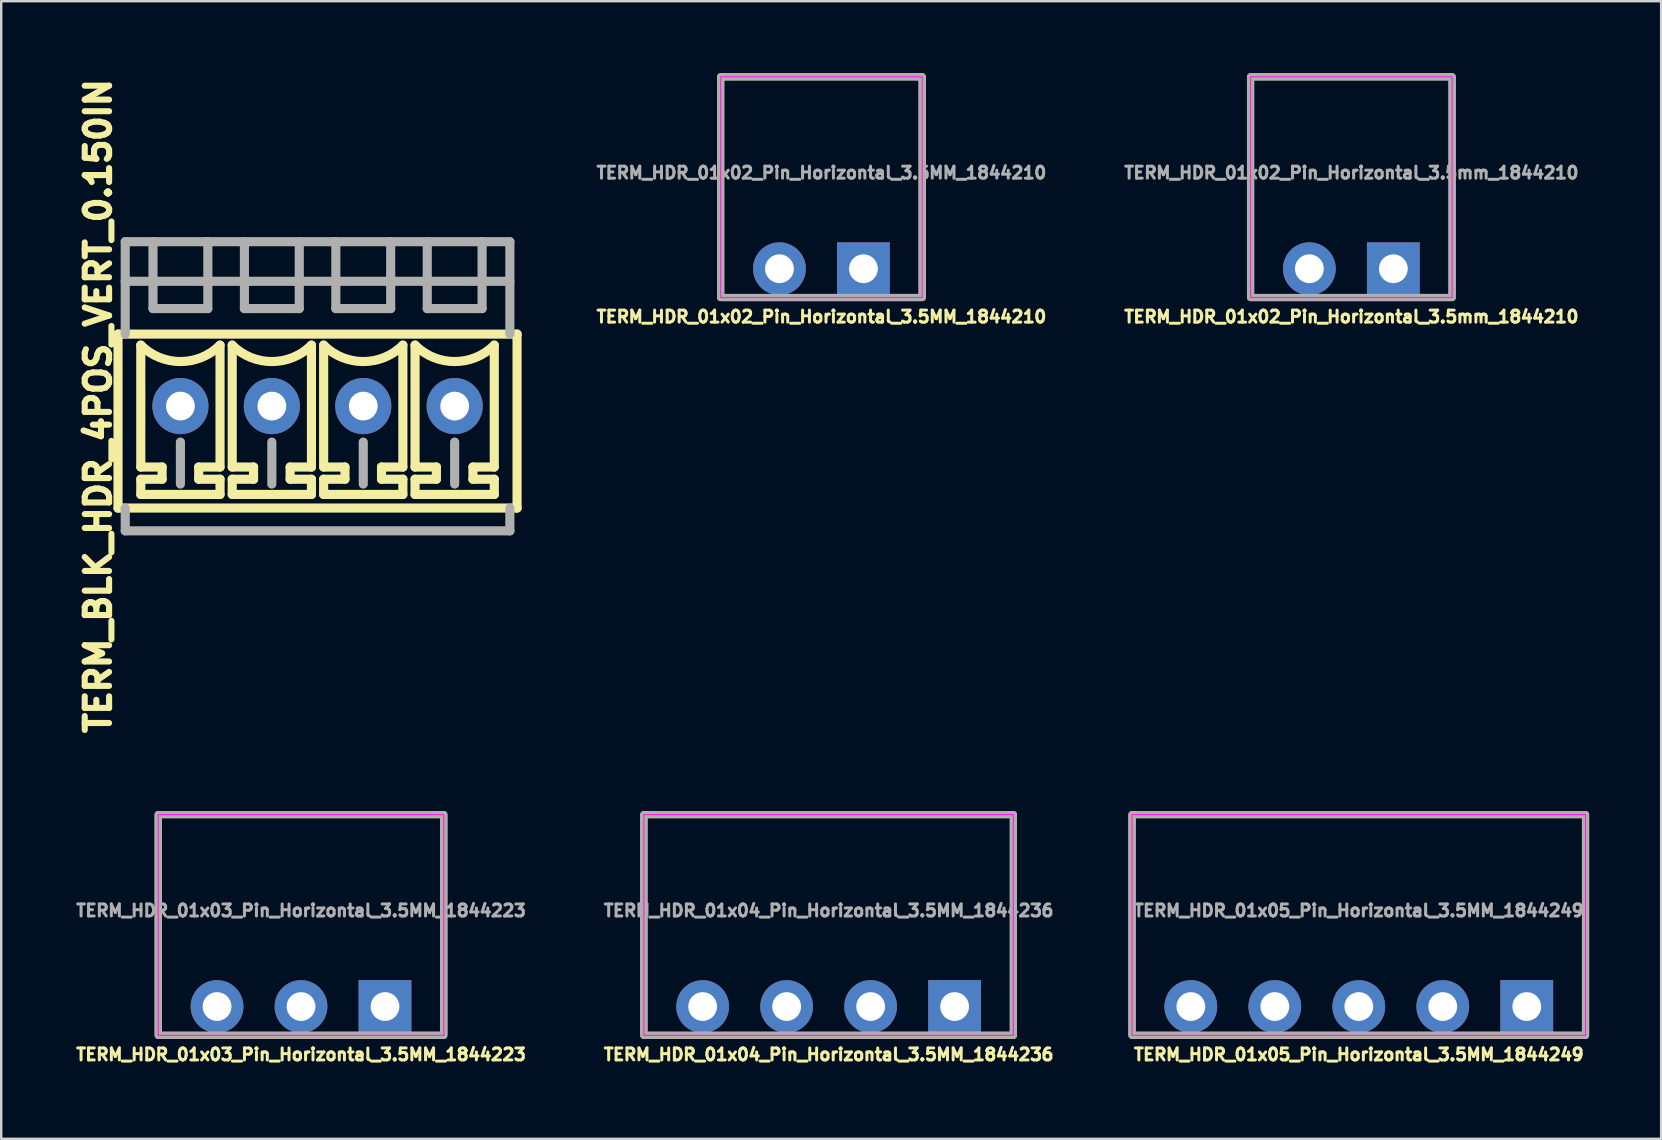
<source format=kicad_pcb>
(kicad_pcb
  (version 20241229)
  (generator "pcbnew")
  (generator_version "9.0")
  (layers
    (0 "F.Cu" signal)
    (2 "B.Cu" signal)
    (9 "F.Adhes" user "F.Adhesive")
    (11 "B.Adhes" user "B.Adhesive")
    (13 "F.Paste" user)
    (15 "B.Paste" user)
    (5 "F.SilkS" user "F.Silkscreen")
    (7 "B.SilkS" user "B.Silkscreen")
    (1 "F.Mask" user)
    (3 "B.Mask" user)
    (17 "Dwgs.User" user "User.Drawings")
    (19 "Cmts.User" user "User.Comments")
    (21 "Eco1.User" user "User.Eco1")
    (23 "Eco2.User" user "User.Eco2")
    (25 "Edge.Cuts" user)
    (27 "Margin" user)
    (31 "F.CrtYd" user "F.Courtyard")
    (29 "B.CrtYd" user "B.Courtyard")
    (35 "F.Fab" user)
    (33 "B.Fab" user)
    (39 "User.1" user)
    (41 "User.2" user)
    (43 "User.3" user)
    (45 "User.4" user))
  (footprint "TERM_BLK_HDR_4POS_VERT_0.150IN"
    (layer "F.Cu")
    (at 10.184 13.874)
    (property "Reference" "TERM_BLK_HDR_4POS_VERT_0.150IN" (at -9.144 0 90) (layer "F.SilkS") (effects (font (size 1.016 1.016) (thickness 0.254))))
    (attr through_hole)
    (fp_line (start -8.315 -3) (end -8.315 4.25) (stroke (width 0.381) (type solid)) (layer "F.SilkS"))
    (fp_line (start -7.366 -2.54) (end -7.366 2.54) (stroke (width 0.381) (type solid)) (layer "F.SilkS"))
    (fp_line (start -7.366 2.54) (end -6.477 2.54) (stroke (width 0.381) (type solid)) (layer "F.SilkS"))
    (fp_line (start -7.366 3.048) (end -7.366 3.683) (stroke (width 0.381) (type solid)) (layer "F.SilkS"))
    (fp_line (start -7.366 3.683) (end -4.064 3.683) (stroke (width 0.381) (type solid)) (layer "F.SilkS"))
    (fp_line (start -6.477 2.54) (end -6.477 3.048) (stroke (width 0.381) (type solid)) (layer "F.SilkS"))
    (fp_line (start -6.477 3.048) (end -7.366 3.048) (stroke (width 0.381) (type solid)) (layer "F.SilkS"))
    (fp_line (start -4.953 2.54) (end -4.064 2.54) (stroke (width 0.381) (type solid)) (layer "F.SilkS"))
    (fp_line (start -4.953 3.048) (end -4.953 2.54) (stroke (width 0.381) (type solid)) (layer "F.SilkS"))
    (fp_line (start -4.064 -2.54) (end -4.064 2.54) (stroke (width 0.381) (type solid)) (layer "F.SilkS"))
    (fp_line (start -4.064 3.048) (end -4.953 3.048) (stroke (width 0.381) (type solid)) (layer "F.SilkS"))
    (fp_line (start -4.064 3.683) (end -4.064 3.048) (stroke (width 0.381) (type solid)) (layer "F.SilkS"))
    (fp_line (start -3.556 -2.54) (end -3.556 2.54) (stroke (width 0.381) (type solid)) (layer "F.SilkS"))
    (fp_line (start -3.556 2.54) (end -2.667 2.54) (stroke (width 0.381) (type solid)) (layer "F.SilkS"))
    (fp_line (start -3.556 3.048) (end -3.556 3.683) (stroke (width 0.381) (type solid)) (layer "F.SilkS"))
    (fp_line (start -3.556 3.683) (end -0.254 3.683) (stroke (width 0.381) (type solid)) (layer "F.SilkS"))
    (fp_line (start -2.667 2.54) (end -2.667 3.048) (stroke (width 0.381) (type solid)) (layer "F.SilkS"))
    (fp_line (start -2.667 3.048) (end -3.556 3.048) (stroke (width 0.381) (type solid)) (layer "F.SilkS"))
    (fp_line (start -1.143 2.54) (end -0.254 2.54) (stroke (width 0.381) (type solid)) (layer "F.SilkS"))
    (fp_line (start -1.143 3.048) (end -1.143 2.54) (stroke (width 0.381) (type solid)) (layer "F.SilkS"))
    (fp_line (start -0.254 -2.54) (end -0.254 2.54) (stroke (width 0.381) (type solid)) (layer "F.SilkS"))
    (fp_line (start -0.254 3.048) (end -1.143 3.048) (stroke (width 0.381) (type solid)) (layer "F.SilkS"))
    (fp_line (start -0.254 3.683) (end -0.254 3.048) (stroke (width 0.381) (type solid)) (layer "F.SilkS"))
    (fp_line (start 0.254 -2.54) (end 0.254 2.54) (stroke (width 0.381) (type solid)) (layer "F.SilkS"))
    (fp_line (start 0.254 2.54) (end 1.143 2.54) (stroke (width 0.381) (type solid)) (layer "F.SilkS"))
    (fp_line (start 0.254 3.048) (end 0.254 3.683) (stroke (width 0.381) (type solid)) (layer "F.SilkS"))
    (fp_line (start 0.254 3.683) (end 3.556 3.683) (stroke (width 0.381) (type solid)) (layer "F.SilkS"))
    (fp_line (start 1.143 2.54) (end 1.143 3.048) (stroke (width 0.381) (type solid)) (layer "F.SilkS"))
    (fp_line (start 1.143 3.048) (end 0.254 3.048) (stroke (width 0.381) (type solid)) (layer "F.SilkS"))
    (fp_line (start 2.667 2.54) (end 3.556 2.54) (stroke (width 0.381) (type solid)) (layer "F.SilkS"))
    (fp_line (start 2.667 3.048) (end 2.667 2.54) (stroke (width 0.381) (type solid)) (layer "F.SilkS"))
    (fp_line (start 3.556 -2.54) (end 3.556 2.54) (stroke (width 0.381) (type solid)) (layer "F.SilkS"))
    (fp_line (start 3.556 3.048) (end 2.667 3.048) (stroke (width 0.381) (type solid)) (layer "F.SilkS"))
    (fp_line (start 3.556 3.683) (end 3.556 3.048) (stroke (width 0.381) (type solid)) (layer "F.SilkS"))
    (fp_line (start 4.064 -2.54) (end 4.064 2.54) (stroke (width 0.381) (type solid)) (layer "F.SilkS"))
    (fp_line (start 4.064 2.54) (end 4.953 2.54) (stroke (width 0.381) (type solid)) (layer "F.SilkS"))
    (fp_line (start 4.064 3.048) (end 4.064 3.683) (stroke (width 0.381) (type solid)) (layer "F.SilkS"))
    (fp_line (start 4.064 3.683) (end 7.366 3.683) (stroke (width 0.381) (type solid)) (layer "F.SilkS"))
    (fp_line (start 4.953 2.54) (end 4.953 3.048) (stroke (width 0.381) (type solid)) (layer "F.SilkS"))
    (fp_line (start 4.953 3.048) (end 4.064 3.048) (stroke (width 0.381) (type solid)) (layer "F.SilkS"))
    (fp_line (start 6.477 2.54) (end 7.366 2.54) (stroke (width 0.381) (type solid)) (layer "F.SilkS"))
    (fp_line (start 6.477 3.048) (end 6.477 2.54) (stroke (width 0.381) (type solid)) (layer "F.SilkS"))
    (fp_line (start 7.366 -2.54) (end 7.366 2.54) (stroke (width 0.381) (type solid)) (layer "F.SilkS"))
    (fp_line (start 7.366 3.048) (end 6.477 3.048) (stroke (width 0.381) (type solid)) (layer "F.SilkS"))
    (fp_line (start 7.366 3.683) (end 7.366 3.048) (stroke (width 0.381) (type solid)) (layer "F.SilkS"))
    (fp_line (start 8.315 -3) (end -8.315 -3) (stroke (width 0.381) (type solid)) (layer "F.SilkS"))
    (fp_line (start 8.315 -3) (end 8.315 4.25) (stroke (width 0.381) (type solid)) (layer "F.SilkS"))
    (fp_line (start 8.315 4.25) (end -8.315 4.25) (stroke (width 0.381) (type solid)) (layer "F.SilkS"))
    (fp_arc (start -4.064 -2.54) (mid -5.715 -1.856133) (end -7.366 -2.54) (stroke (width 0.381) (type solid)) (layer "F.SilkS"))
    (fp_arc (start -0.254 -2.54) (mid -1.905 -1.856133) (end -3.556 -2.54) (stroke (width 0.381) (type solid)) (layer "F.SilkS"))
    (fp_arc (start 3.556 -2.54) (mid 1.905 -1.856133) (end 0.254 -2.54) (stroke (width 0.381) (type solid)) (layer "F.SilkS"))
    (fp_arc (start 7.366 -2.54) (mid 5.715 -1.856133) (end 4.064 -2.54) (stroke (width 0.381) (type solid)) (layer "F.SilkS"))
    (fp_line (start -8.015 -6.85) (end 8.015 -6.85) (stroke (width 0.381) (type solid)) (layer "F.Fab"))
    (fp_line (start -8.015 -5.2) (end 8.015 -5.2) (stroke (width 0.381) (type solid)) (layer "F.Fab"))
    (fp_line (start -8.015 -3) (end -8.015 -6.85) (stroke (width 0.381) (type solid)) (layer "F.Fab"))
    (fp_line (start -8.015 4.25) (end -8.015 5.2) (stroke (width 0.381) (type solid)) (layer "F.Fab"))
    (fp_line (start -8.015 5.2) (end 8.015 5.2) (stroke (width 0.381) (type solid)) (layer "F.Fab"))
    (fp_line (start -6.858 -6.858) (end -6.858 -4.064) (stroke (width 0.381) (type solid)) (layer "F.Fab"))
    (fp_line (start -6.858 -4.064) (end -4.572 -4.064) (stroke (width 0.381) (type solid)) (layer "F.Fab"))
    (fp_line (start -5.715 1.5) (end -5.715 3.25) (stroke (width 0.381) (type solid)) (layer "F.Fab"))
    (fp_line (start -4.572 -4.064) (end -4.572 -6.858) (stroke (width 0.381) (type solid)) (layer "F.Fab"))
    (fp_line (start -3.048 -6.858) (end -3.048 -4.064) (stroke (width 0.381) (type solid)) (layer "F.Fab"))
    (fp_line (start -3.048 -4.064) (end -0.762 -4.064) (stroke (width 0.381) (type solid)) (layer "F.Fab"))
    (fp_line (start -1.905 1.5) (end -1.905 3.25) (stroke (width 0.381) (type solid)) (layer "F.Fab"))
    (fp_line (start -0.762 -4.064) (end -0.762 -6.858) (stroke (width 0.381) (type solid)) (layer "F.Fab"))
    (fp_line (start 0.762 -6.858) (end 0.762 -4.064) (stroke (width 0.381) (type solid)) (layer "F.Fab"))
    (fp_line (start 0.762 -4.064) (end 3.048 -4.064) (stroke (width 0.381) (type solid)) (layer "F.Fab"))
    (fp_line (start 1.905 1.5) (end 1.905 3.25) (stroke (width 0.381) (type solid)) (layer "F.Fab"))
    (fp_line (start 3.048 -4.064) (end 3.048 -6.858) (stroke (width 0.381) (type solid)) (layer "F.Fab"))
    (fp_line (start 4.572 -6.858) (end 4.572 -4.064) (stroke (width 0.381) (type solid)) (layer "F.Fab"))
    (fp_line (start 4.572 -4.064) (end 6.858 -4.064) (stroke (width 0.381) (type solid)) (layer "F.Fab"))
    (fp_line (start 5.715 1.5) (end 5.715 3.25) (stroke (width 0.381) (type solid)) (layer "F.Fab"))
    (fp_line (start 6.858 -4.064) (end 6.858 -6.858) (stroke (width 0.381) (type solid)) (layer "F.Fab"))
    (fp_line (start 8.015 -6.85) (end 8.015 -3) (stroke (width 0.381) (type solid)) (layer "F.Fab"))
    (fp_line (start 8.015 5.2) (end 8.015 4.25) (stroke (width 0.381) (type solid)) (layer "F.Fab"))
    (pad "1" thru_hole circle (at 5.715 0) (size 2.34 2.34) (drill 1.2) (layers "*.Cu" "*.Mask"))
    (pad "2" thru_hole circle (at 1.905 0) (size 2.34 2.34) (drill 1.2) (layers "*.Cu" "*.Mask"))
    (pad "3" thru_hole circle (at -1.905 0) (size 2.34 2.34) (drill 1.2) (layers "*.Cu" "*.Mask"))
    (pad "4" thru_hole circle (at -5.715 0) (size 2.34 2.34) (drill 1.2) (layers "*.Cu" "*.Mask")))
  (footprint "TERM_HDR_01x04_Pin_Horizontal_3.5MM_1844236"
    (layer "F.Cu")
    (at 31.484 38.899)
    (property "Reference" "TERM_HDR_01x04_Pin_Horizontal_3.5MM_1844236" (at 0 2 0) (layer "F.SilkS") (effects (font (size 0.5 0.5) (thickness 0.125) (bold yes))))
    (attr through_hole)
    (fp_rect (start -7.7 -8) (end 7.7 1.2) (stroke (width 0.3) (type default)) (fill no) (layer "F.SilkS"))
    (fp_rect (start -7.7 -8) (end 7.7 1.2) (stroke (width 0.05) (type default)) (fill no) (layer "F.CrtYd"))
    (fp_rect (start -7.7 -8) (end 7.7 1.2) (stroke (width 0.3) (type default)) (fill no) (layer "F.Fab"))
    (fp_text user "${REFERENCE}" (at 0 -4 0) (layer "F.Fab") (effects (font (size 0.5 0.5) (thickness 0.125) (bold yes))))
    (pad "1" thru_hole rect (at 5.25 0) (size 2.2 2.2) (drill 1.2) (layers "*.Cu" "*.Mask"))
    (pad "2" thru_hole circle (at 1.75 0) (size 2.2 2.2) (drill 1.2) (layers "*.Cu" "*.Mask"))
    (pad "3" thru_hole circle (at -1.75 0) (size 2.2 2.2) (drill 1.2) (layers "*.Cu" "*.Mask"))
    (pad "4" thru_hole circle (at -5.25 0) (size 2.2 2.2) (drill 1.2) (layers "*.Cu" "*.Mask")))
  (footprint "TERM_HDR_01x05_Pin_Horizontal_3.5MM_1844249"
    (layer "F.Cu")
    (at 53.579 38.899)
    (property "Reference" "TERM_HDR_01x05_Pin_Horizontal_3.5MM_1844249" (at 0 2 0) (layer "F.SilkS") (effects (font (size 0.5 0.5) (thickness 0.125) (bold yes))))
    (attr through_hole)
    (fp_rect (start -9.45 -8) (end 9.45 1.2) (stroke (width 0.3) (type default)) (fill no) (layer "F.SilkS"))
    (fp_rect (start -9.45 -8) (end 9.45 1.2) (stroke (width 0.05) (type default)) (fill no) (layer "F.CrtYd"))
    (fp_rect (start -9.45 -8) (end 9.45 1.2) (stroke (width 0.3) (type default)) (fill no) (layer "F.Fab"))
    (fp_text user "${REFERENCE}" (at 0 -4 0) (layer "F.Fab") (effects (font (size 0.5 0.5) (thickness 0.125) (bold yes))))
    (pad "1" thru_hole rect (at 7 0) (size 2.2 2.2) (drill 1.2) (layers "*.Cu" "*.Mask"))
    (pad "2" thru_hole circle (at 3.5 0) (size 2.2 2.2) (drill 1.2) (layers "*.Cu" "*.Mask"))
    (pad "3" thru_hole circle (at 0 0) (size 2.2 2.2) (drill 1.2) (layers "*.Cu" "*.Mask"))
    (pad "4" thru_hole circle (at -3.5 0) (size 2.2 2.2) (drill 1.2) (layers "*.Cu" "*.Mask"))
    (pad "5" thru_hole circle (at -7 0) (size 2.2 2.2) (drill 1.2) (layers "*.Cu" "*.Mask")))
  (footprint "TERM_HDR_01x02_Pin_Horizontal_3.5MM_1844210"
    (layer "F.Cu")
    (at 31.184 8.15)
    (property "Reference" "TERM_HDR_01x02_Pin_Horizontal_3.5MM_1844210" (at 0 2 0) (layer "F.SilkS") (effects (font (size 0.5 0.5) (thickness 0.125) (bold yes))))
    (attr through_hole)
    (fp_rect (start -4.2 -8) (end 4.2 1.2) (stroke (width 0.3) (type default)) (fill no) (layer "F.SilkS"))
    (fp_rect (start -4.2 -8) (end 4.2 1.2) (stroke (width 0.05) (type default)) (fill no) (layer "F.CrtYd"))
    (fp_rect (start -4.2 -8) (end 4.2 1.2) (stroke (width 0.3) (type default)) (fill no) (layer "F.Fab"))
    (fp_text user "${REFERENCE}" (at 0 -4 0) (layer "F.Fab") (effects (font (size 0.5 0.5) (thickness 0.125) (bold yes))))
    (pad "1" thru_hole rect (at 1.75 0) (size 2.2 2.2) (drill 1.2) (layers "*.Cu" "*.Mask"))
    (pad "2" thru_hole circle (at -1.75 0) (size 2.2 2.2) (drill 1.2) (layers "*.Cu" "*.Mask")))
  (footprint "TERM_HDR_01x03_Pin_Horizontal_3.5MM_1844223"
    (layer "F.Cu")
    (at 9.495 38.899)
    (property "Reference" "TERM_HDR_01x03_Pin_Horizontal_3.5MM_1844223" (at 0 2 0) (layer "F.SilkS") (effects (font (size 0.5 0.5) (thickness 0.125) (bold yes))))
    (attr through_hole)
    (fp_rect (start -5.95 -8) (end 5.95 1.2) (stroke (width 0.3) (type default)) (fill no) (layer "F.SilkS"))
    (fp_rect (start -5.95 -8) (end 5.95 1.2) (stroke (width 0.05) (type default)) (fill no) (layer "F.CrtYd"))
    (fp_rect (start -5.95 -8) (end 5.95 1.2) (stroke (width 0.3) (type default)) (fill no) (layer "F.Fab"))
    (fp_text user "${REFERENCE}" (at 0 -4 0) (layer "F.Fab") (effects (font (size 0.5 0.5) (thickness 0.125) (bold yes))))
    (pad "1" thru_hole rect (at 3.5 0) (size 2.2 2.2) (drill 1.2) (layers "*.Cu" "*.Mask"))
    (pad "2" thru_hole circle (at 0 0) (size 2.2 2.2) (drill 1.2) (layers "*.Cu" "*.Mask"))
    (pad "3" thru_hole circle (at -3.5 0) (size 2.2 2.2) (drill 1.2) (layers "*.Cu" "*.Mask")))
  (footprint "TERM_HDR_01x02_Pin_Horizontal_3.5mm_1844210"
    (layer "F.Cu")
    (at 53.269 8.15)
    (property "Reference" "TERM_HDR_01x02_Pin_Horizontal_3.5mm_1844210" (at 0 2 0) (layer "F.SilkS") (effects (font (size 0.5 0.5) (thickness 0.125) (bold yes))))
    (attr through_hole)
    (fp_rect (start -4.2 -8) (end 4.2 1.2) (stroke (width 0.3) (type default)) (fill no) (layer "F.SilkS"))
    (fp_rect (start -4.2 -8) (end 4.2 1.2) (stroke (width 0.05) (type default)) (fill no) (layer "F.CrtYd"))
    (fp_rect (start -4.2 -8) (end 4.2 1.2) (stroke (width 0.3) (type default)) (fill no) (layer "F.Fab"))
    (fp_text user "${REFERENCE}" (at 0 -4 0) (layer "F.Fab") (effects (font (size 0.5 0.5) (thickness 0.125) (bold yes))))
    (pad "1" thru_hole rect (at 1.75 0) (size 2.2 2.2) (drill 1.2) (layers "*.Cu" "*.Mask"))
    (pad "2" thru_hole circle (at -1.75 0) (size 2.2 2.2) (drill 1.2) (layers "*.Cu" "*.Mask")))
  (gr_rect
    (start -3 -3)
    (end 66.179 44.411)
    (stroke (width 0.1) (type default))
    (fill no)
    (layer "Edge.Cuts")))
</source>
